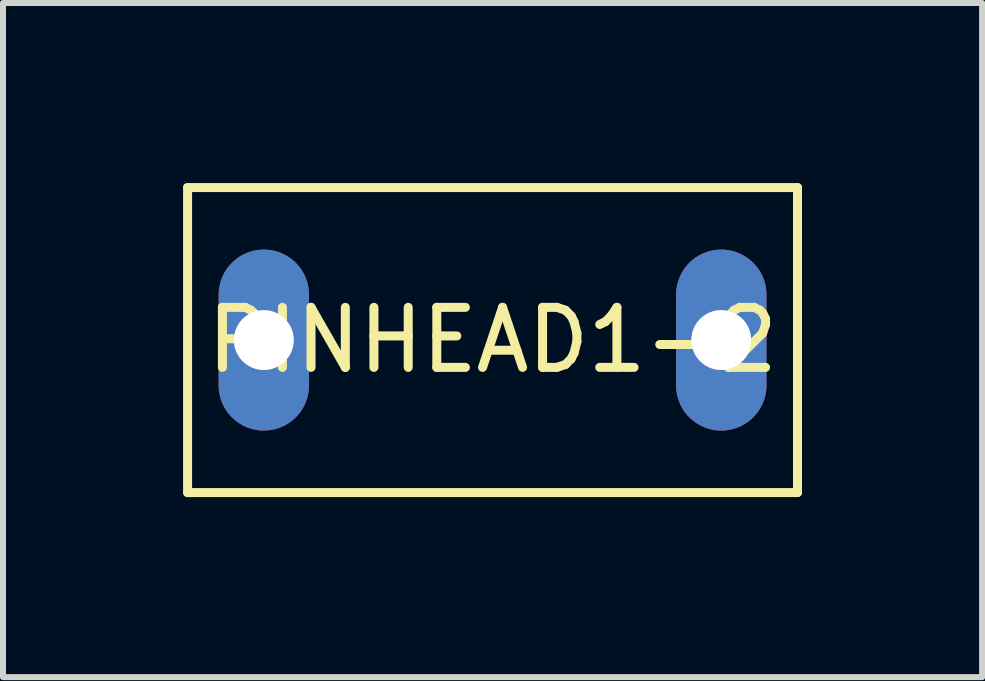
<source format=kicad_pcb>
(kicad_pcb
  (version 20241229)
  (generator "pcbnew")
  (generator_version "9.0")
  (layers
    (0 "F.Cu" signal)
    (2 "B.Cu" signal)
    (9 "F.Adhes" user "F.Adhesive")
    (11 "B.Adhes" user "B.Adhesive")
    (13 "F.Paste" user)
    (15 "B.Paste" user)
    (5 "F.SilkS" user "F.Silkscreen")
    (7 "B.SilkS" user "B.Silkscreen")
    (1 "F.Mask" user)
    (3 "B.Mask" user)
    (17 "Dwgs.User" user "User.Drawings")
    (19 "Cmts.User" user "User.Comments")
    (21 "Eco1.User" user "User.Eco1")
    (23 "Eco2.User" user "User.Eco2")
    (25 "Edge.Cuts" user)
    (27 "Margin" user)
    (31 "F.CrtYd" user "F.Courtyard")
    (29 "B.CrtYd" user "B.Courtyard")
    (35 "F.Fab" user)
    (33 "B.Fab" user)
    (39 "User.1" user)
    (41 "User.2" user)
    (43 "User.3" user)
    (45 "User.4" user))
  (footprint "PINHEAD1-2"
    (layer "F.Cu")
    (at 5.155 2.615)
    (property "Reference" "PINHEAD1-2" (at 0 0 0) (layer "F.SilkS") (effects (font (size 1 1) (thickness 0.15))))
    (attr exclude_from_pos_files exclude_from_bom)
    (fp_line (start -5.08 -2.54) (end 5.08 -2.54) (stroke (width 0.15) (type solid)) (layer "F.SilkS"))
    (fp_line (start -5.08 2.54) (end -5.08 -2.54) (stroke (width 0.15) (type solid)) (layer "F.SilkS"))
    (fp_line (start 5.08 -2.54) (end 5.08 2.54) (stroke (width 0.15) (type solid)) (layer "F.SilkS"))
    (fp_line (start 5.08 2.54) (end -5.08 2.54) (stroke (width 0.15) (type solid)) (layer "F.SilkS"))
    (pad "1" thru_hole oval (at -3.81 0) (size 1.506 3.015) (drill 0.998) (layers "*.Cu" "*.Mask"))
    (pad "2" thru_hole oval (at 3.81 0) (size 1.506 3.015) (drill 0.998) (layers "*.Cu" "*.Mask")))
  (gr_rect
    (start -3 -3)
    (end 13.31 8.23)
    (stroke (width 0.1) (type default))
    (fill no)
    (layer "Edge.Cuts")))
</source>
